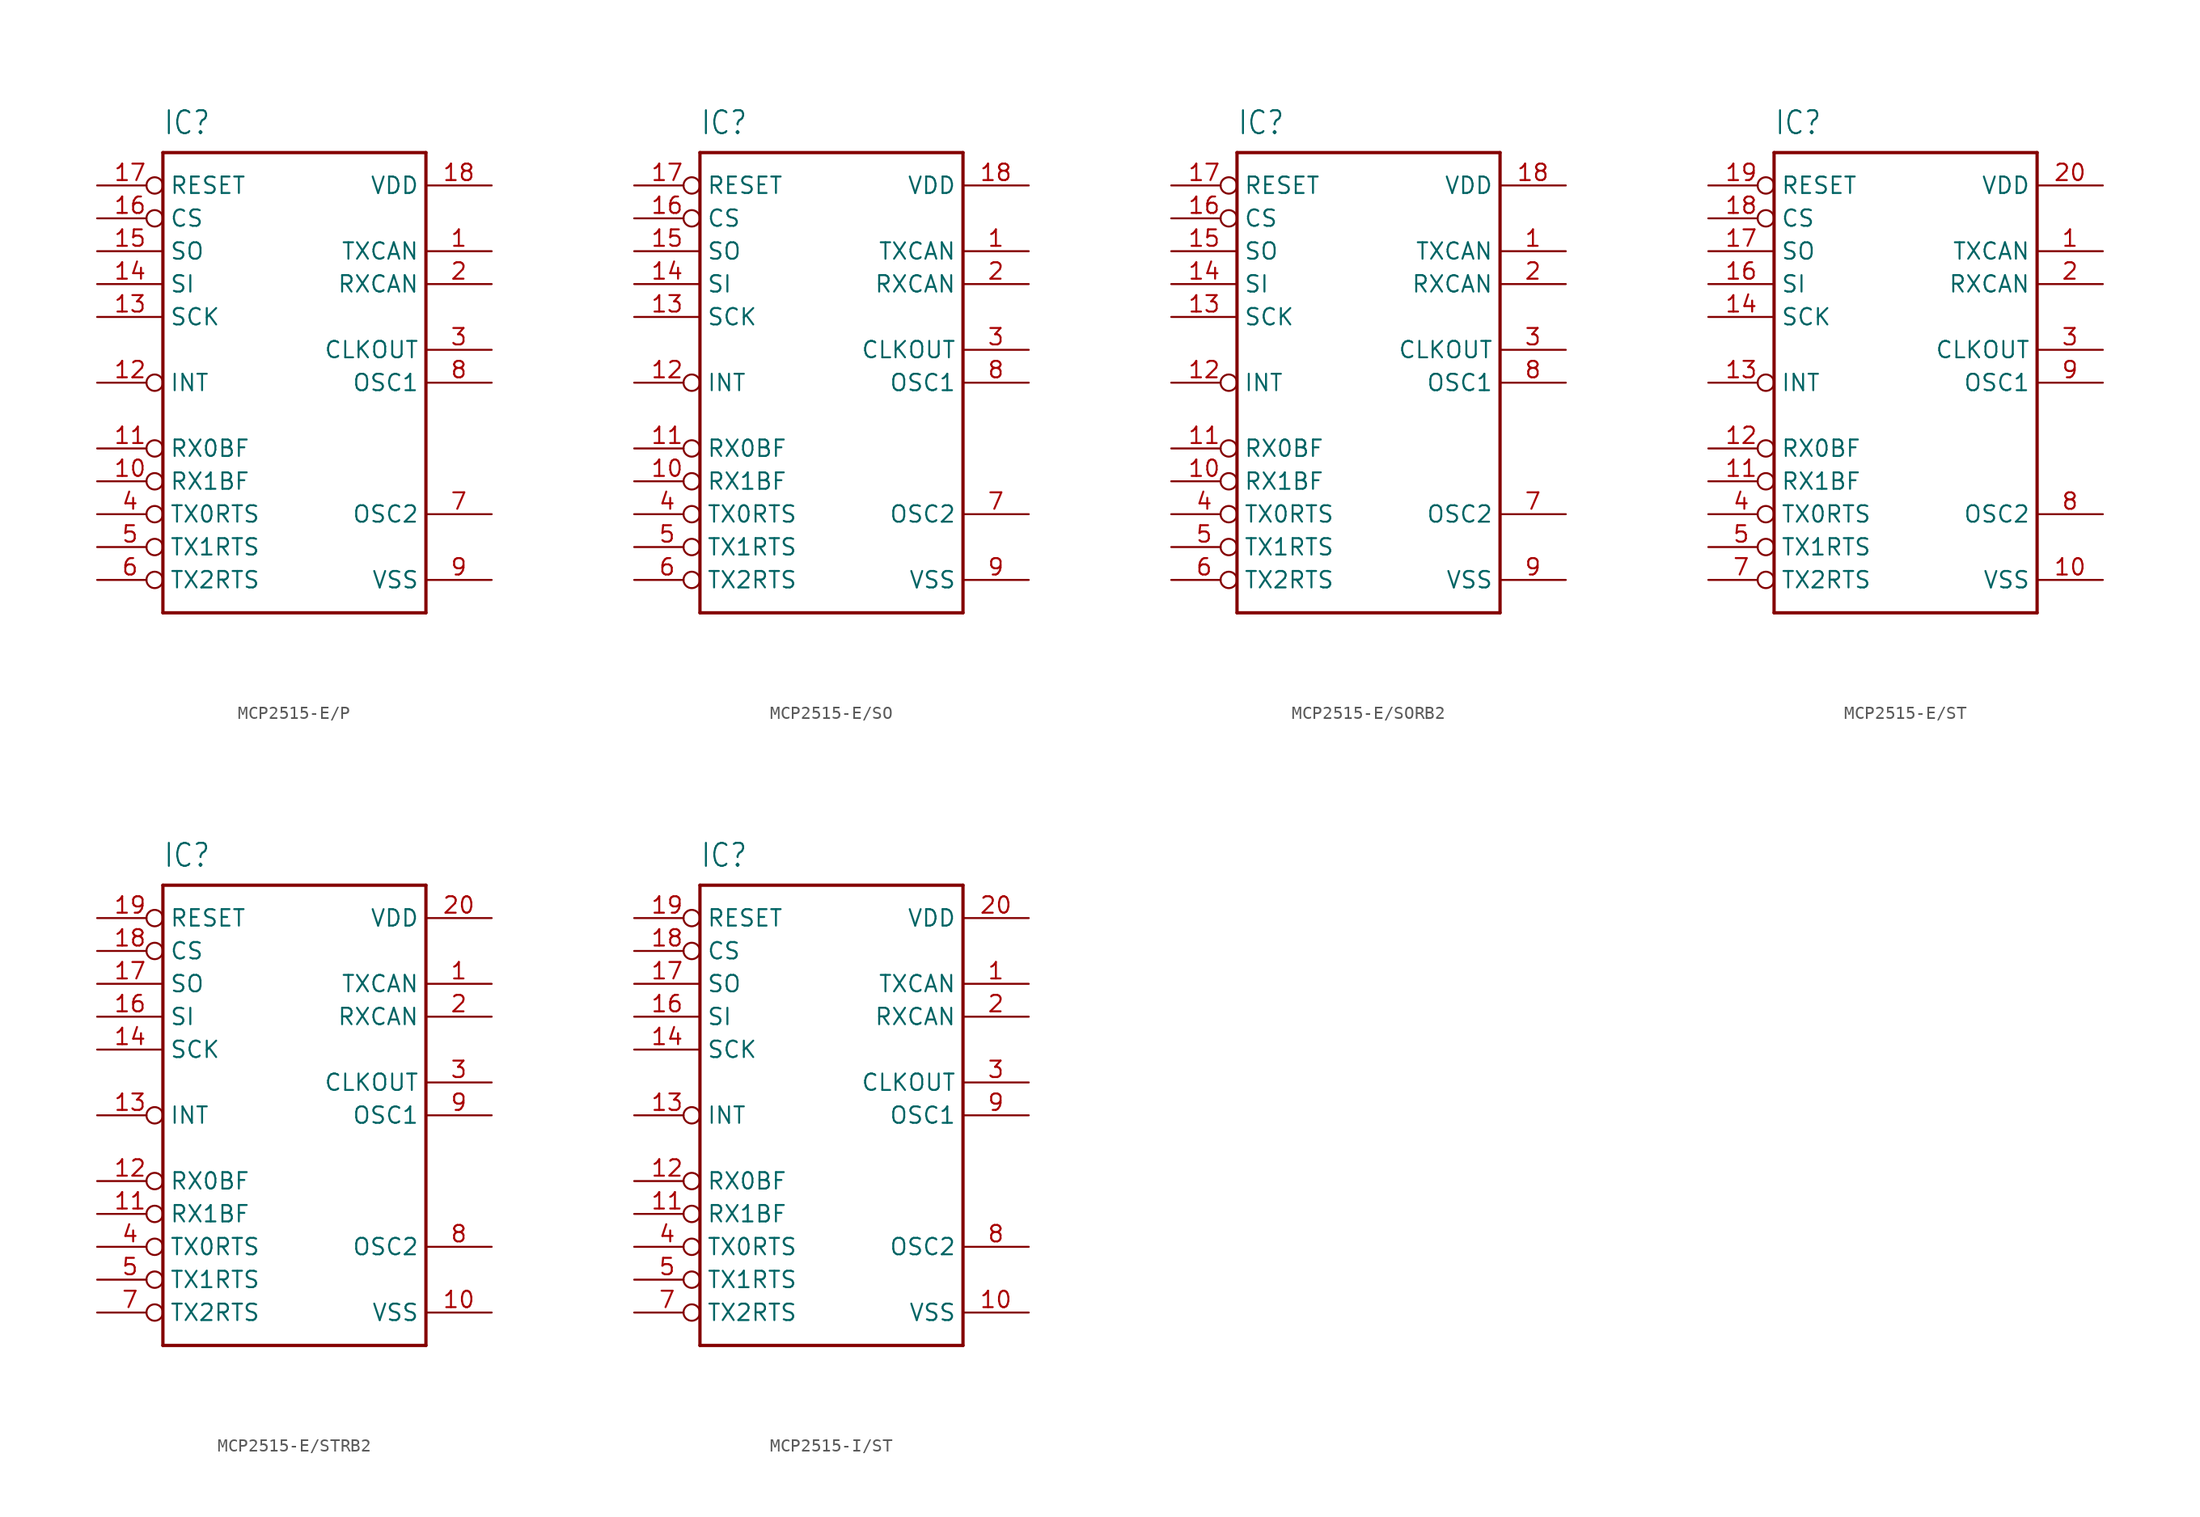
<source format=kicad_sym>
(kicad_symbol_lib
  (version 20220914)
  (generator kicad_symbol_editor)
  (symbol "MCP2515-E/P"
    (property "Reference" "IC"
      (at -10.16 19.05 0)
      (effects (font (size 1.778 1.511)) (justify left bottom)))
    (property "Value" ""
      (at -10.16 -20.32 0)
      (effects (font (size 1.778 1.511)) (justify left bottom)))
    (property "ki_locked" ""
      (at 0 0 0)
      (effects (font (size 1.27 1.27))))
    (symbol "MCP2515-E/P_1_0"
      (polyline (pts (xy -10.16 -17.78) (xy -10.16 17.78)) (stroke (width 0.254) (type solid)) (fill (type none)))
      (polyline (pts (xy -10.16 17.78) (xy 10.16 17.78)) (stroke (width 0.254) (type solid)) (fill (type none)))
      (polyline (pts (xy 10.16 -17.78) (xy -10.16 -17.78)) (stroke (width 0.254) (type solid)) (fill (type none)))
      (polyline (pts (xy 10.16 17.78) (xy 10.16 -17.78)) (stroke (width 0.254) (type solid)) (fill (type none)))
      (pin output line (at 15.24 10.16 180) (length 5.08) (name "TXCAN" (effects (font (size 1.27 1.27)))) (number "1" (effects (font (size 1.27 1.27)))))
      (pin output inverted (at -15.24 -7.62 0) (length 5.08) (name "RX1BF" (effects (font (size 1.27 1.27)))) (number "10" (effects (font (size 1.27 1.27)))))
      (pin output inverted (at -15.24 -5.08 0) (length 5.08) (name "RX0BF" (effects (font (size 1.27 1.27)))) (number "11" (effects (font (size 1.27 1.27)))))
      (pin output inverted (at -15.24 0 0) (length 5.08) (name "INT" (effects (font (size 1.27 1.27)))) (number "12" (effects (font (size 1.27 1.27)))))
      (pin input line (at -15.24 5.08 0) (length 5.08) (name "SCK" (effects (font (size 1.27 1.27)))) (number "13" (effects (font (size 1.27 1.27)))))
      (pin input line (at -15.24 7.62 0) (length 5.08) (name "SI" (effects (font (size 1.27 1.27)))) (number "14" (effects (font (size 1.27 1.27)))))
      (pin output line (at -15.24 10.16 0) (length 5.08) (name "SO" (effects (font (size 1.27 1.27)))) (number "15" (effects (font (size 1.27 1.27)))))
      (pin input inverted (at -15.24 12.7 0) (length 5.08) (name "CS" (effects (font (size 1.27 1.27)))) (number "16" (effects (font (size 1.27 1.27)))))
      (pin input inverted (at -15.24 15.24 0) (length 5.08) (name "RESET" (effects (font (size 1.27 1.27)))) (number "17" (effects (font (size 1.27 1.27)))))
      (pin power_in line (at 15.24 15.24 180) (length 5.08) (name "VDD" (effects (font (size 1.27 1.27)))) (number "18" (effects (font (size 1.27 1.27)))))
      (pin input line (at 15.24 7.62 180) (length 5.08) (name "RXCAN" (effects (font (size 1.27 1.27)))) (number "2" (effects (font (size 1.27 1.27)))))
      (pin output line (at 15.24 2.54 180) (length 5.08) (name "CLKOUT" (effects (font (size 1.27 1.27)))) (number "3" (effects (font (size 1.27 1.27)))))
      (pin input inverted (at -15.24 -10.16 0) (length 5.08) (name "TX0RTS" (effects (font (size 1.27 1.27)))) (number "4" (effects (font (size 1.27 1.27)))))
      (pin input inverted (at -15.24 -12.7 0) (length 5.08) (name "TX1RTS" (effects (font (size 1.27 1.27)))) (number "5" (effects (font (size 1.27 1.27)))))
      (pin input inverted (at -15.24 -15.24 0) (length 5.08) (name "TX2RTS" (effects (font (size 1.27 1.27)))) (number "6" (effects (font (size 1.27 1.27)))))
      (pin output line (at 15.24 -10.16 180) (length 5.08) (name "OSC2" (effects (font (size 1.27 1.27)))) (number "7" (effects (font (size 1.27 1.27)))))
      (pin input line (at 15.24 0 180) (length 5.08) (name "OSC1" (effects (font (size 1.27 1.27)))) (number "8" (effects (font (size 1.27 1.27)))))
      (pin power_in line (at 15.24 -15.24 180) (length 5.08) (name "VSS" (effects (font (size 1.27 1.27)))) (number "9" (effects (font (size 1.27 1.27)))))))
  (symbol "MCP2515-E/SO"
    (property "Reference" "IC"
      (at -10.16 19.05 0)
      (effects (font (size 1.778 1.511)) (justify left bottom)))
    (property "Value" ""
      (at -10.16 -20.32 0)
      (effects (font (size 1.778 1.511)) (justify left bottom)))
    (property "ki_locked" ""
      (at 0 0 0)
      (effects (font (size 1.27 1.27))))
    (symbol "MCP2515-E/SO_1_0"
      (polyline (pts (xy -10.16 -17.78) (xy -10.16 17.78)) (stroke (width 0.254) (type solid)) (fill (type none)))
      (polyline (pts (xy -10.16 17.78) (xy 10.16 17.78)) (stroke (width 0.254) (type solid)) (fill (type none)))
      (polyline (pts (xy 10.16 -17.78) (xy -10.16 -17.78)) (stroke (width 0.254) (type solid)) (fill (type none)))
      (polyline (pts (xy 10.16 17.78) (xy 10.16 -17.78)) (stroke (width 0.254) (type solid)) (fill (type none)))
      (pin output line (at 15.24 10.16 180) (length 5.08) (name "TXCAN" (effects (font (size 1.27 1.27)))) (number "1" (effects (font (size 1.27 1.27)))))
      (pin output inverted (at -15.24 -7.62 0) (length 5.08) (name "RX1BF" (effects (font (size 1.27 1.27)))) (number "10" (effects (font (size 1.27 1.27)))))
      (pin output inverted (at -15.24 -5.08 0) (length 5.08) (name "RX0BF" (effects (font (size 1.27 1.27)))) (number "11" (effects (font (size 1.27 1.27)))))
      (pin output inverted (at -15.24 0 0) (length 5.08) (name "INT" (effects (font (size 1.27 1.27)))) (number "12" (effects (font (size 1.27 1.27)))))
      (pin input line (at -15.24 5.08 0) (length 5.08) (name "SCK" (effects (font (size 1.27 1.27)))) (number "13" (effects (font (size 1.27 1.27)))))
      (pin input line (at -15.24 7.62 0) (length 5.08) (name "SI" (effects (font (size 1.27 1.27)))) (number "14" (effects (font (size 1.27 1.27)))))
      (pin output line (at -15.24 10.16 0) (length 5.08) (name "SO" (effects (font (size 1.27 1.27)))) (number "15" (effects (font (size 1.27 1.27)))))
      (pin input inverted (at -15.24 12.7 0) (length 5.08) (name "CS" (effects (font (size 1.27 1.27)))) (number "16" (effects (font (size 1.27 1.27)))))
      (pin input inverted (at -15.24 15.24 0) (length 5.08) (name "RESET" (effects (font (size 1.27 1.27)))) (number "17" (effects (font (size 1.27 1.27)))))
      (pin power_in line (at 15.24 15.24 180) (length 5.08) (name "VDD" (effects (font (size 1.27 1.27)))) (number "18" (effects (font (size 1.27 1.27)))))
      (pin input line (at 15.24 7.62 180) (length 5.08) (name "RXCAN" (effects (font (size 1.27 1.27)))) (number "2" (effects (font (size 1.27 1.27)))))
      (pin output line (at 15.24 2.54 180) (length 5.08) (name "CLKOUT" (effects (font (size 1.27 1.27)))) (number "3" (effects (font (size 1.27 1.27)))))
      (pin input inverted (at -15.24 -10.16 0) (length 5.08) (name "TX0RTS" (effects (font (size 1.27 1.27)))) (number "4" (effects (font (size 1.27 1.27)))))
      (pin input inverted (at -15.24 -12.7 0) (length 5.08) (name "TX1RTS" (effects (font (size 1.27 1.27)))) (number "5" (effects (font (size 1.27 1.27)))))
      (pin input inverted (at -15.24 -15.24 0) (length 5.08) (name "TX2RTS" (effects (font (size 1.27 1.27)))) (number "6" (effects (font (size 1.27 1.27)))))
      (pin output line (at 15.24 -10.16 180) (length 5.08) (name "OSC2" (effects (font (size 1.27 1.27)))) (number "7" (effects (font (size 1.27 1.27)))))
      (pin input line (at 15.24 0 180) (length 5.08) (name "OSC1" (effects (font (size 1.27 1.27)))) (number "8" (effects (font (size 1.27 1.27)))))
      (pin power_in line (at 15.24 -15.24 180) (length 5.08) (name "VSS" (effects (font (size 1.27 1.27)))) (number "9" (effects (font (size 1.27 1.27)))))))
  (symbol "MCP2515-E/SORB2"
    (property "Reference" "IC"
      (at -10.16 19.05 0)
      (effects (font (size 1.778 1.511)) (justify left bottom)))
    (property "Value" ""
      (at -10.16 -20.32 0)
      (effects (font (size 1.778 1.511)) (justify left bottom)))
    (property "ki_locked" ""
      (at 0 0 0)
      (effects (font (size 1.27 1.27))))
    (symbol "MCP2515-E/SORB2_1_0"
      (polyline (pts (xy -10.16 -17.78) (xy -10.16 17.78)) (stroke (width 0.254) (type solid)) (fill (type none)))
      (polyline (pts (xy -10.16 17.78) (xy 10.16 17.78)) (stroke (width 0.254) (type solid)) (fill (type none)))
      (polyline (pts (xy 10.16 -17.78) (xy -10.16 -17.78)) (stroke (width 0.254) (type solid)) (fill (type none)))
      (polyline (pts (xy 10.16 17.78) (xy 10.16 -17.78)) (stroke (width 0.254) (type solid)) (fill (type none)))
      (pin output line (at 15.24 10.16 180) (length 5.08) (name "TXCAN" (effects (font (size 1.27 1.27)))) (number "1" (effects (font (size 1.27 1.27)))))
      (pin output inverted (at -15.24 -7.62 0) (length 5.08) (name "RX1BF" (effects (font (size 1.27 1.27)))) (number "10" (effects (font (size 1.27 1.27)))))
      (pin output inverted (at -15.24 -5.08 0) (length 5.08) (name "RX0BF" (effects (font (size 1.27 1.27)))) (number "11" (effects (font (size 1.27 1.27)))))
      (pin output inverted (at -15.24 0 0) (length 5.08) (name "INT" (effects (font (size 1.27 1.27)))) (number "12" (effects (font (size 1.27 1.27)))))
      (pin input line (at -15.24 5.08 0) (length 5.08) (name "SCK" (effects (font (size 1.27 1.27)))) (number "13" (effects (font (size 1.27 1.27)))))
      (pin input line (at -15.24 7.62 0) (length 5.08) (name "SI" (effects (font (size 1.27 1.27)))) (number "14" (effects (font (size 1.27 1.27)))))
      (pin output line (at -15.24 10.16 0) (length 5.08) (name "SO" (effects (font (size 1.27 1.27)))) (number "15" (effects (font (size 1.27 1.27)))))
      (pin input inverted (at -15.24 12.7 0) (length 5.08) (name "CS" (effects (font (size 1.27 1.27)))) (number "16" (effects (font (size 1.27 1.27)))))
      (pin input inverted (at -15.24 15.24 0) (length 5.08) (name "RESET" (effects (font (size 1.27 1.27)))) (number "17" (effects (font (size 1.27 1.27)))))
      (pin power_in line (at 15.24 15.24 180) (length 5.08) (name "VDD" (effects (font (size 1.27 1.27)))) (number "18" (effects (font (size 1.27 1.27)))))
      (pin input line (at 15.24 7.62 180) (length 5.08) (name "RXCAN" (effects (font (size 1.27 1.27)))) (number "2" (effects (font (size 1.27 1.27)))))
      (pin output line (at 15.24 2.54 180) (length 5.08) (name "CLKOUT" (effects (font (size 1.27 1.27)))) (number "3" (effects (font (size 1.27 1.27)))))
      (pin input inverted (at -15.24 -10.16 0) (length 5.08) (name "TX0RTS" (effects (font (size 1.27 1.27)))) (number "4" (effects (font (size 1.27 1.27)))))
      (pin input inverted (at -15.24 -12.7 0) (length 5.08) (name "TX1RTS" (effects (font (size 1.27 1.27)))) (number "5" (effects (font (size 1.27 1.27)))))
      (pin input inverted (at -15.24 -15.24 0) (length 5.08) (name "TX2RTS" (effects (font (size 1.27 1.27)))) (number "6" (effects (font (size 1.27 1.27)))))
      (pin output line (at 15.24 -10.16 180) (length 5.08) (name "OSC2" (effects (font (size 1.27 1.27)))) (number "7" (effects (font (size 1.27 1.27)))))
      (pin input line (at 15.24 0 180) (length 5.08) (name "OSC1" (effects (font (size 1.27 1.27)))) (number "8" (effects (font (size 1.27 1.27)))))
      (pin power_in line (at 15.24 -15.24 180) (length 5.08) (name "VSS" (effects (font (size 1.27 1.27)))) (number "9" (effects (font (size 1.27 1.27)))))))
  (symbol "MCP2515-E/ST"
    (property "Reference" "IC"
      (at -10.16 19.05 0)
      (effects (font (size 1.778 1.511)) (justify left bottom)))
    (property "Value" ""
      (at -10.16 -20.32 0)
      (effects (font (size 1.778 1.511)) (justify left bottom)))
    (property "ki_locked" ""
      (at 0 0 0)
      (effects (font (size 1.27 1.27))))
    (symbol "MCP2515-E/ST_1_0"
      (polyline (pts (xy -10.16 -17.78) (xy -10.16 17.78)) (stroke (width 0.254) (type solid)) (fill (type none)))
      (polyline (pts (xy -10.16 17.78) (xy 10.16 17.78)) (stroke (width 0.254) (type solid)) (fill (type none)))
      (polyline (pts (xy 10.16 -17.78) (xy -10.16 -17.78)) (stroke (width 0.254) (type solid)) (fill (type none)))
      (polyline (pts (xy 10.16 17.78) (xy 10.16 -17.78)) (stroke (width 0.254) (type solid)) (fill (type none)))
      (pin output line (at 15.24 10.16 180) (length 5.08) (name "TXCAN" (effects (font (size 1.27 1.27)))) (number "1" (effects (font (size 1.27 1.27)))))
      (pin power_in line (at 15.24 -15.24 180) (length 5.08) (name "VSS" (effects (font (size 1.27 1.27)))) (number "10" (effects (font (size 1.27 1.27)))))
      (pin output inverted (at -15.24 -7.62 0) (length 5.08) (name "RX1BF" (effects (font (size 1.27 1.27)))) (number "11" (effects (font (size 1.27 1.27)))))
      (pin output inverted (at -15.24 -5.08 0) (length 5.08) (name "RX0BF" (effects (font (size 1.27 1.27)))) (number "12" (effects (font (size 1.27 1.27)))))
      (pin output inverted (at -15.24 0 0) (length 5.08) (name "INT" (effects (font (size 1.27 1.27)))) (number "13" (effects (font (size 1.27 1.27)))))
      (pin input line (at -15.24 5.08 0) (length 5.08) (name "SCK" (effects (font (size 1.27 1.27)))) (number "14" (effects (font (size 1.27 1.27)))))
      (pin input line (at -15.24 7.62 0) (length 5.08) (name "SI" (effects (font (size 1.27 1.27)))) (number "16" (effects (font (size 1.27 1.27)))))
      (pin output line (at -15.24 10.16 0) (length 5.08) (name "SO" (effects (font (size 1.27 1.27)))) (number "17" (effects (font (size 1.27 1.27)))))
      (pin input inverted (at -15.24 12.7 0) (length 5.08) (name "CS" (effects (font (size 1.27 1.27)))) (number "18" (effects (font (size 1.27 1.27)))))
      (pin input inverted (at -15.24 15.24 0) (length 5.08) (name "RESET" (effects (font (size 1.27 1.27)))) (number "19" (effects (font (size 1.27 1.27)))))
      (pin input line (at 15.24 7.62 180) (length 5.08) (name "RXCAN" (effects (font (size 1.27 1.27)))) (number "2" (effects (font (size 1.27 1.27)))))
      (pin power_in line (at 15.24 15.24 180) (length 5.08) (name "VDD" (effects (font (size 1.27 1.27)))) (number "20" (effects (font (size 1.27 1.27)))))
      (pin output line (at 15.24 2.54 180) (length 5.08) (name "CLKOUT" (effects (font (size 1.27 1.27)))) (number "3" (effects (font (size 1.27 1.27)))))
      (pin input inverted (at -15.24 -10.16 0) (length 5.08) (name "TX0RTS" (effects (font (size 1.27 1.27)))) (number "4" (effects (font (size 1.27 1.27)))))
      (pin input inverted (at -15.24 -12.7 0) (length 5.08) (name "TX1RTS" (effects (font (size 1.27 1.27)))) (number "5" (effects (font (size 1.27 1.27)))))
      (pin input inverted (at -15.24 -15.24 0) (length 5.08) (name "TX2RTS" (effects (font (size 1.27 1.27)))) (number "7" (effects (font (size 1.27 1.27)))))
      (pin output line (at 15.24 -10.16 180) (length 5.08) (name "OSC2" (effects (font (size 1.27 1.27)))) (number "8" (effects (font (size 1.27 1.27)))))
      (pin input line (at 15.24 0 180) (length 5.08) (name "OSC1" (effects (font (size 1.27 1.27)))) (number "9" (effects (font (size 1.27 1.27)))))))
  (symbol "MCP2515-E/STRB2"
    (property "Reference" "IC"
      (at -10.16 19.05 0)
      (effects (font (size 1.778 1.511)) (justify left bottom)))
    (property "Value" ""
      (at -10.16 -20.32 0)
      (effects (font (size 1.778 1.511)) (justify left bottom)))
    (property "ki_locked" ""
      (at 0 0 0)
      (effects (font (size 1.27 1.27))))
    (symbol "MCP2515-E/STRB2_1_0"
      (polyline (pts (xy -10.16 -17.78) (xy -10.16 17.78)) (stroke (width 0.254) (type solid)) (fill (type none)))
      (polyline (pts (xy -10.16 17.78) (xy 10.16 17.78)) (stroke (width 0.254) (type solid)) (fill (type none)))
      (polyline (pts (xy 10.16 -17.78) (xy -10.16 -17.78)) (stroke (width 0.254) (type solid)) (fill (type none)))
      (polyline (pts (xy 10.16 17.78) (xy 10.16 -17.78)) (stroke (width 0.254) (type solid)) (fill (type none)))
      (pin output line (at 15.24 10.16 180) (length 5.08) (name "TXCAN" (effects (font (size 1.27 1.27)))) (number "1" (effects (font (size 1.27 1.27)))))
      (pin power_in line (at 15.24 -15.24 180) (length 5.08) (name "VSS" (effects (font (size 1.27 1.27)))) (number "10" (effects (font (size 1.27 1.27)))))
      (pin output inverted (at -15.24 -7.62 0) (length 5.08) (name "RX1BF" (effects (font (size 1.27 1.27)))) (number "11" (effects (font (size 1.27 1.27)))))
      (pin output inverted (at -15.24 -5.08 0) (length 5.08) (name "RX0BF" (effects (font (size 1.27 1.27)))) (number "12" (effects (font (size 1.27 1.27)))))
      (pin output inverted (at -15.24 0 0) (length 5.08) (name "INT" (effects (font (size 1.27 1.27)))) (number "13" (effects (font (size 1.27 1.27)))))
      (pin input line (at -15.24 5.08 0) (length 5.08) (name "SCK" (effects (font (size 1.27 1.27)))) (number "14" (effects (font (size 1.27 1.27)))))
      (pin input line (at -15.24 7.62 0) (length 5.08) (name "SI" (effects (font (size 1.27 1.27)))) (number "16" (effects (font (size 1.27 1.27)))))
      (pin output line (at -15.24 10.16 0) (length 5.08) (name "SO" (effects (font (size 1.27 1.27)))) (number "17" (effects (font (size 1.27 1.27)))))
      (pin input inverted (at -15.24 12.7 0) (length 5.08) (name "CS" (effects (font (size 1.27 1.27)))) (number "18" (effects (font (size 1.27 1.27)))))
      (pin input inverted (at -15.24 15.24 0) (length 5.08) (name "RESET" (effects (font (size 1.27 1.27)))) (number "19" (effects (font (size 1.27 1.27)))))
      (pin input line (at 15.24 7.62 180) (length 5.08) (name "RXCAN" (effects (font (size 1.27 1.27)))) (number "2" (effects (font (size 1.27 1.27)))))
      (pin power_in line (at 15.24 15.24 180) (length 5.08) (name "VDD" (effects (font (size 1.27 1.27)))) (number "20" (effects (font (size 1.27 1.27)))))
      (pin output line (at 15.24 2.54 180) (length 5.08) (name "CLKOUT" (effects (font (size 1.27 1.27)))) (number "3" (effects (font (size 1.27 1.27)))))
      (pin input inverted (at -15.24 -10.16 0) (length 5.08) (name "TX0RTS" (effects (font (size 1.27 1.27)))) (number "4" (effects (font (size 1.27 1.27)))))
      (pin input inverted (at -15.24 -12.7 0) (length 5.08) (name "TX1RTS" (effects (font (size 1.27 1.27)))) (number "5" (effects (font (size 1.27 1.27)))))
      (pin input inverted (at -15.24 -15.24 0) (length 5.08) (name "TX2RTS" (effects (font (size 1.27 1.27)))) (number "7" (effects (font (size 1.27 1.27)))))
      (pin output line (at 15.24 -10.16 180) (length 5.08) (name "OSC2" (effects (font (size 1.27 1.27)))) (number "8" (effects (font (size 1.27 1.27)))))
      (pin input line (at 15.24 0 180) (length 5.08) (name "OSC1" (effects (font (size 1.27 1.27)))) (number "9" (effects (font (size 1.27 1.27)))))))
  (symbol "MCP2515-I/ST"
    (property "Reference" "IC"
      (at -10.16 19.05 0)
      (effects (font (size 1.778 1.511)) (justify left bottom)))
    (property "Value" ""
      (at -10.16 -20.32 0)
      (effects (font (size 1.778 1.511)) (justify left bottom)))
    (property "ki_locked" ""
      (at 0 0 0)
      (effects (font (size 1.27 1.27))))
    (symbol "MCP2515-I/ST_1_0"
      (polyline (pts (xy -10.16 -17.78) (xy -10.16 17.78)) (stroke (width 0.254) (type solid)) (fill (type none)))
      (polyline (pts (xy -10.16 17.78) (xy 10.16 17.78)) (stroke (width 0.254) (type solid)) (fill (type none)))
      (polyline (pts (xy 10.16 -17.78) (xy -10.16 -17.78)) (stroke (width 0.254) (type solid)) (fill (type none)))
      (polyline (pts (xy 10.16 17.78) (xy 10.16 -17.78)) (stroke (width 0.254) (type solid)) (fill (type none)))
      (pin output line (at 15.24 10.16 180) (length 5.08) (name "TXCAN" (effects (font (size 1.27 1.27)))) (number "1" (effects (font (size 1.27 1.27)))))
      (pin power_in line (at 15.24 -15.24 180) (length 5.08) (name "VSS" (effects (font (size 1.27 1.27)))) (number "10" (effects (font (size 1.27 1.27)))))
      (pin output inverted (at -15.24 -7.62 0) (length 5.08) (name "RX1BF" (effects (font (size 1.27 1.27)))) (number "11" (effects (font (size 1.27 1.27)))))
      (pin output inverted (at -15.24 -5.08 0) (length 5.08) (name "RX0BF" (effects (font (size 1.27 1.27)))) (number "12" (effects (font (size 1.27 1.27)))))
      (pin output inverted (at -15.24 0 0) (length 5.08) (name "INT" (effects (font (size 1.27 1.27)))) (number "13" (effects (font (size 1.27 1.27)))))
      (pin input line (at -15.24 5.08 0) (length 5.08) (name "SCK" (effects (font (size 1.27 1.27)))) (number "14" (effects (font (size 1.27 1.27)))))
      (pin input line (at -15.24 7.62 0) (length 5.08) (name "SI" (effects (font (size 1.27 1.27)))) (number "16" (effects (font (size 1.27 1.27)))))
      (pin output line (at -15.24 10.16 0) (length 5.08) (name "SO" (effects (font (size 1.27 1.27)))) (number "17" (effects (font (size 1.27 1.27)))))
      (pin input inverted (at -15.24 12.7 0) (length 5.08) (name "CS" (effects (font (size 1.27 1.27)))) (number "18" (effects (font (size 1.27 1.27)))))
      (pin input inverted (at -15.24 15.24 0) (length 5.08) (name "RESET" (effects (font (size 1.27 1.27)))) (number "19" (effects (font (size 1.27 1.27)))))
      (pin input line (at 15.24 7.62 180) (length 5.08) (name "RXCAN" (effects (font (size 1.27 1.27)))) (number "2" (effects (font (size 1.27 1.27)))))
      (pin power_in line (at 15.24 15.24 180) (length 5.08) (name "VDD" (effects (font (size 1.27 1.27)))) (number "20" (effects (font (size 1.27 1.27)))))
      (pin output line (at 15.24 2.54 180) (length 5.08) (name "CLKOUT" (effects (font (size 1.27 1.27)))) (number "3" (effects (font (size 1.27 1.27)))))
      (pin input inverted (at -15.24 -10.16 0) (length 5.08) (name "TX0RTS" (effects (font (size 1.27 1.27)))) (number "4" (effects (font (size 1.27 1.27)))))
      (pin input inverted (at -15.24 -12.7 0) (length 5.08) (name "TX1RTS" (effects (font (size 1.27 1.27)))) (number "5" (effects (font (size 1.27 1.27)))))
      (pin input inverted (at -15.24 -15.24 0) (length 5.08) (name "TX2RTS" (effects (font (size 1.27 1.27)))) (number "7" (effects (font (size 1.27 1.27)))))
      (pin output line (at 15.24 -10.16 180) (length 5.08) (name "OSC2" (effects (font (size 1.27 1.27)))) (number "8" (effects (font (size 1.27 1.27)))))
      (pin input line (at 15.24 0 180) (length 5.08) (name "OSC1" (effects (font (size 1.27 1.27)))) (number "9" (effects (font (size 1.27 1.27))))))))
</source>
